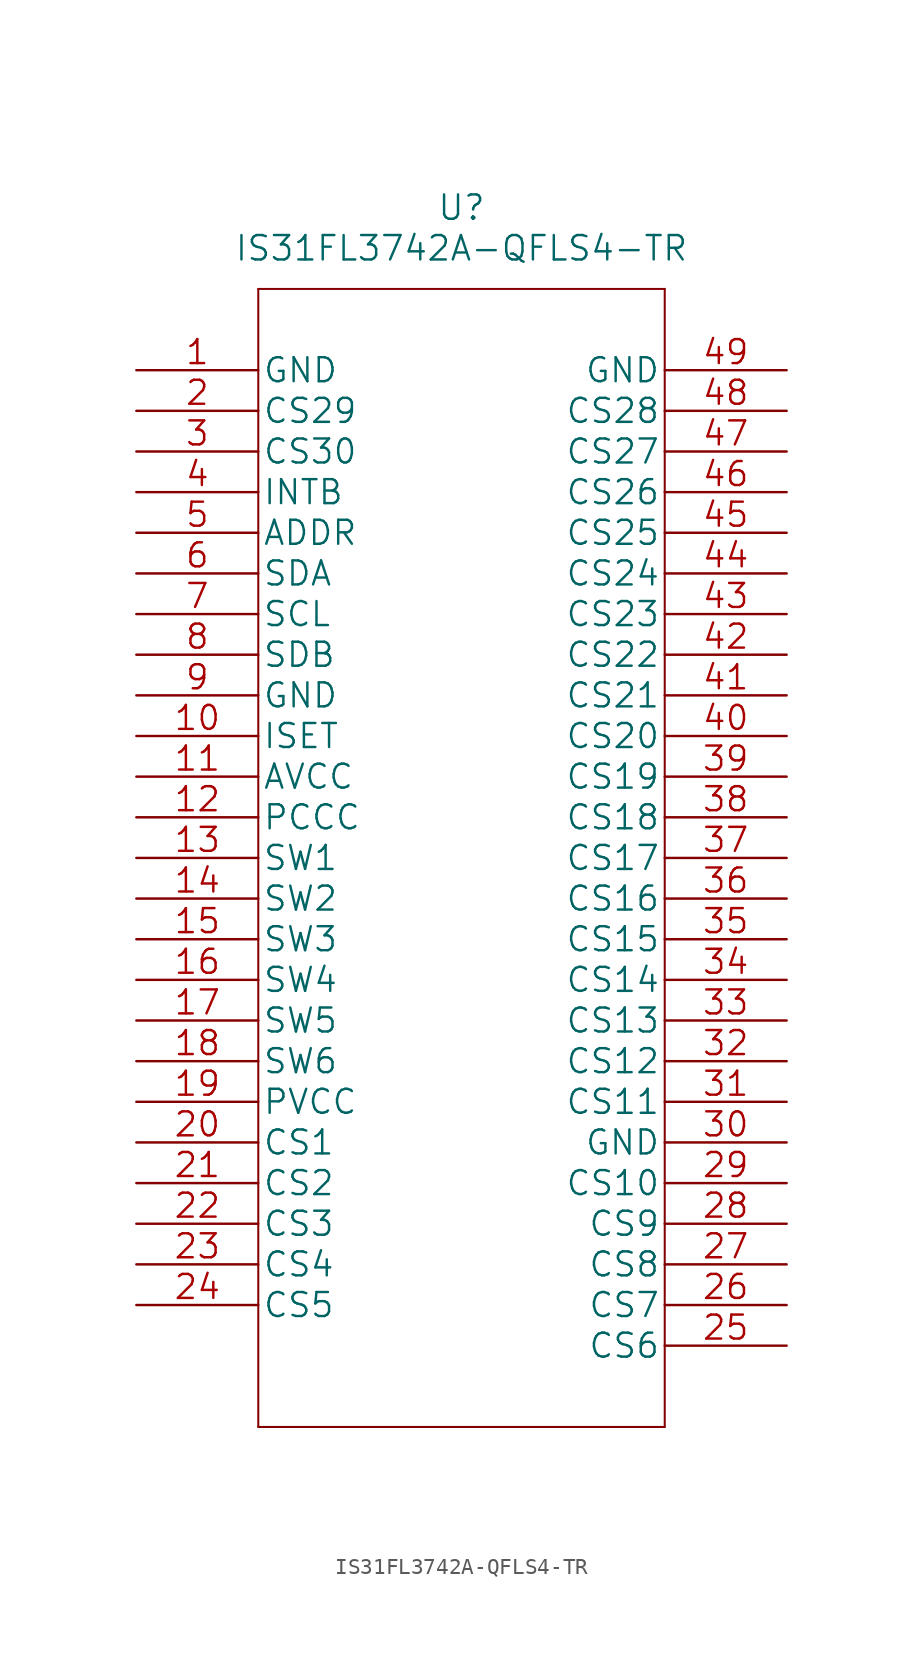
<source format=kicad_sym>
(kicad_symbol_lib
  (version 20220914)
  (generator kicad_symbol_editor)
  (symbol "IS31FL3742A-QFLS4-TR"
    (pin_names
      (offset 0.254))
    (property "Reference" "U"
      (at 20.32 10.16 0)
      (effects (font (size 1.524 1.524))))
    (property "Value" "IS31FL3742A-QFLS4-TR"
      (at 20.32 7.62 0)
      (effects (font (size 1.524 1.524))))
    (property "Datasheet" ""
      (at 0 0 0)
      (effects (font (size 1.524 1.524))))
    (property "ki_locked" ""
      (at 0 0 0)
      (effects (font (size 1.27 1.27))))
    (symbol "IS31FL3742A-QFLS4-TR_1_1"
      (polyline (pts (xy 7.62 -66.04) (xy 33.02 -66.04)) (stroke (width 0.127) (type solid)) (fill (type none)))
      (polyline (pts (xy 7.62 5.08) (xy 7.62 -66.04)) (stroke (width 0.127) (type solid)) (fill (type none)))
      (polyline (pts (xy 33.02 -66.04) (xy 33.02 5.08)) (stroke (width 0.127) (type solid)) (fill (type none)))
      (polyline (pts (xy 33.02 5.08) (xy 7.62 5.08)) (stroke (width 0.127) (type solid)) (fill (type none)))
      (pin power_in line (at 0 0 0) (length 7.62) (name "GND" (effects (font (size 1.499 1.499)))) (number "1" (effects (font (size 1.499 1.499)))))
      (pin unspecified line (at 0 -22.86 0) (length 7.62) (name "ISET" (effects (font (size 1.499 1.499)))) (number "10" (effects (font (size 1.499 1.499)))))
      (pin unspecified line (at 0 -25.4 0) (length 7.62) (name "AVCC" (effects (font (size 1.499 1.499)))) (number "11" (effects (font (size 1.499 1.499)))))
      (pin unspecified line (at 0 -27.94 0) (length 7.62) (name "PCCC" (effects (font (size 1.499 1.499)))) (number "12" (effects (font (size 1.499 1.499)))))
      (pin bidirectional line (at 0 -30.48 0) (length 7.62) (name "SW1" (effects (font (size 1.499 1.499)))) (number "13" (effects (font (size 1.499 1.499)))))
      (pin bidirectional line (at 0 -33.02 0) (length 7.62) (name "SW2" (effects (font (size 1.499 1.499)))) (number "14" (effects (font (size 1.499 1.499)))))
      (pin bidirectional line (at 0 -35.56 0) (length 7.62) (name "SW3" (effects (font (size 1.499 1.499)))) (number "15" (effects (font (size 1.499 1.499)))))
      (pin bidirectional line (at 0 -38.1 0) (length 7.62) (name "SW4" (effects (font (size 1.499 1.499)))) (number "16" (effects (font (size 1.499 1.499)))))
      (pin bidirectional line (at 0 -40.64 0) (length 7.62) (name "SW5" (effects (font (size 1.499 1.499)))) (number "17" (effects (font (size 1.499 1.499)))))
      (pin unspecified line (at 0 -43.18 0) (length 7.62) (name "SW6" (effects (font (size 1.499 1.499)))) (number "18" (effects (font (size 1.499 1.499)))))
      (pin unspecified line (at 0 -45.72 0) (length 7.62) (name "PVCC" (effects (font (size 1.499 1.499)))) (number "19" (effects (font (size 1.499 1.499)))))
      (pin bidirectional line (at 0 -2.54 0) (length 7.62) (name "CS29" (effects (font (size 1.499 1.499)))) (number "2" (effects (font (size 1.499 1.499)))))
      (pin bidirectional line (at 0 -48.26 0) (length 7.62) (name "CS1" (effects (font (size 1.499 1.499)))) (number "20" (effects (font (size 1.499 1.499)))))
      (pin bidirectional line (at 0 -50.8 0) (length 7.62) (name "CS2" (effects (font (size 1.499 1.499)))) (number "21" (effects (font (size 1.499 1.499)))))
      (pin bidirectional line (at 0 -53.34 0) (length 7.62) (name "CS3" (effects (font (size 1.499 1.499)))) (number "22" (effects (font (size 1.499 1.499)))))
      (pin bidirectional line (at 0 -55.88 0) (length 7.62) (name "CS4" (effects (font (size 1.499 1.499)))) (number "23" (effects (font (size 1.499 1.499)))))
      (pin bidirectional line (at 0 -58.42 0) (length 7.62) (name "CS5" (effects (font (size 1.499 1.499)))) (number "24" (effects (font (size 1.499 1.499)))))
      (pin bidirectional line (at 40.64 -60.96 180) (length 7.62) (name "CS6" (effects (font (size 1.499 1.499)))) (number "25" (effects (font (size 1.499 1.499)))))
      (pin bidirectional line (at 40.64 -58.42 180) (length 7.62) (name "CS7" (effects (font (size 1.499 1.499)))) (number "26" (effects (font (size 1.499 1.499)))))
      (pin bidirectional line (at 40.64 -55.88 180) (length 7.62) (name "CS8" (effects (font (size 1.499 1.499)))) (number "27" (effects (font (size 1.499 1.499)))))
      (pin bidirectional line (at 40.64 -53.34 180) (length 7.62) (name "CS9" (effects (font (size 1.499 1.499)))) (number "28" (effects (font (size 1.499 1.499)))))
      (pin bidirectional line (at 40.64 -50.8 180) (length 7.62) (name "CS10" (effects (font (size 1.499 1.499)))) (number "29" (effects (font (size 1.499 1.499)))))
      (pin bidirectional line (at 0 -5.08 0) (length 7.62) (name "CS30" (effects (font (size 1.499 1.499)))) (number "3" (effects (font (size 1.499 1.499)))))
      (pin power_in line (at 40.64 -48.26 180) (length 7.62) (name "GND" (effects (font (size 1.499 1.499)))) (number "30" (effects (font (size 1.499 1.499)))))
      (pin bidirectional line (at 40.64 -45.72 180) (length 7.62) (name "CS11" (effects (font (size 1.499 1.499)))) (number "31" (effects (font (size 1.499 1.499)))))
      (pin bidirectional line (at 40.64 -43.18 180) (length 7.62) (name "CS12" (effects (font (size 1.499 1.499)))) (number "32" (effects (font (size 1.499 1.499)))))
      (pin bidirectional line (at 40.64 -40.64 180) (length 7.62) (name "CS13" (effects (font (size 1.499 1.499)))) (number "33" (effects (font (size 1.499 1.499)))))
      (pin bidirectional line (at 40.64 -38.1 180) (length 7.62) (name "CS14" (effects (font (size 1.499 1.499)))) (number "34" (effects (font (size 1.499 1.499)))))
      (pin bidirectional line (at 40.64 -35.56 180) (length 7.62) (name "CS15" (effects (font (size 1.499 1.499)))) (number "35" (effects (font (size 1.499 1.499)))))
      (pin bidirectional line (at 40.64 -33.02 180) (length 7.62) (name "CS16" (effects (font (size 1.499 1.499)))) (number "36" (effects (font (size 1.499 1.499)))))
      (pin bidirectional line (at 40.64 -30.48 180) (length 7.62) (name "CS17" (effects (font (size 1.499 1.499)))) (number "37" (effects (font (size 1.499 1.499)))))
      (pin bidirectional line (at 40.64 -27.94 180) (length 7.62) (name "CS18" (effects (font (size 1.499 1.499)))) (number "38" (effects (font (size 1.499 1.499)))))
      (pin bidirectional line (at 40.64 -25.4 180) (length 7.62) (name "CS19" (effects (font (size 1.499 1.499)))) (number "39" (effects (font (size 1.499 1.499)))))
      (pin input line (at 0 -7.62 0) (length 7.62) (name "INTB" (effects (font (size 1.499 1.499)))) (number "4" (effects (font (size 1.499 1.499)))))
      (pin bidirectional line (at 40.64 -22.86 180) (length 7.62) (name "CS20" (effects (font (size 1.499 1.499)))) (number "40" (effects (font (size 1.499 1.499)))))
      (pin bidirectional line (at 40.64 -20.32 180) (length 7.62) (name "CS21" (effects (font (size 1.499 1.499)))) (number "41" (effects (font (size 1.499 1.499)))))
      (pin bidirectional line (at 40.64 -17.78 180) (length 7.62) (name "CS22" (effects (font (size 1.499 1.499)))) (number "42" (effects (font (size 1.499 1.499)))))
      (pin bidirectional line (at 40.64 -15.24 180) (length 7.62) (name "CS23" (effects (font (size 1.499 1.499)))) (number "43" (effects (font (size 1.499 1.499)))))
      (pin bidirectional line (at 40.64 -12.7 180) (length 7.62) (name "CS24" (effects (font (size 1.499 1.499)))) (number "44" (effects (font (size 1.499 1.499)))))
      (pin bidirectional line (at 40.64 -10.16 180) (length 7.62) (name "CS25" (effects (font (size 1.499 1.499)))) (number "45" (effects (font (size 1.499 1.499)))))
      (pin bidirectional line (at 40.64 -7.62 180) (length 7.62) (name "CS26" (effects (font (size 1.499 1.499)))) (number "46" (effects (font (size 1.499 1.499)))))
      (pin bidirectional line (at 40.64 -5.08 180) (length 7.62) (name "CS27" (effects (font (size 1.499 1.499)))) (number "47" (effects (font (size 1.499 1.499)))))
      (pin bidirectional line (at 40.64 -2.54 180) (length 7.62) (name "CS28" (effects (font (size 1.499 1.499)))) (number "48" (effects (font (size 1.499 1.499)))))
      (pin power_in line (at 40.64 0 180) (length 7.62) (name "GND" (effects (font (size 1.499 1.499)))) (number "49" (effects (font (size 1.499 1.499)))))
      (pin unspecified line (at 0 -10.16 0) (length 7.62) (name "ADDR" (effects (font (size 1.499 1.499)))) (number "5" (effects (font (size 1.499 1.499)))))
      (pin unspecified line (at 0 -12.7 0) (length 7.62) (name "SDA" (effects (font (size 1.499 1.499)))) (number "6" (effects (font (size 1.499 1.499)))))
      (pin unspecified line (at 0 -15.24 0) (length 7.62) (name "SCL" (effects (font (size 1.499 1.499)))) (number "7" (effects (font (size 1.499 1.499)))))
      (pin unspecified line (at 0 -17.78 0) (length 7.62) (name "SDB" (effects (font (size 1.499 1.499)))) (number "8" (effects (font (size 1.499 1.499)))))
      (pin power_in line (at 0 -20.32 0) (length 7.62) (name "GND" (effects (font (size 1.499 1.499)))) (number "9" (effects (font (size 1.499 1.499))))))))
</source>
